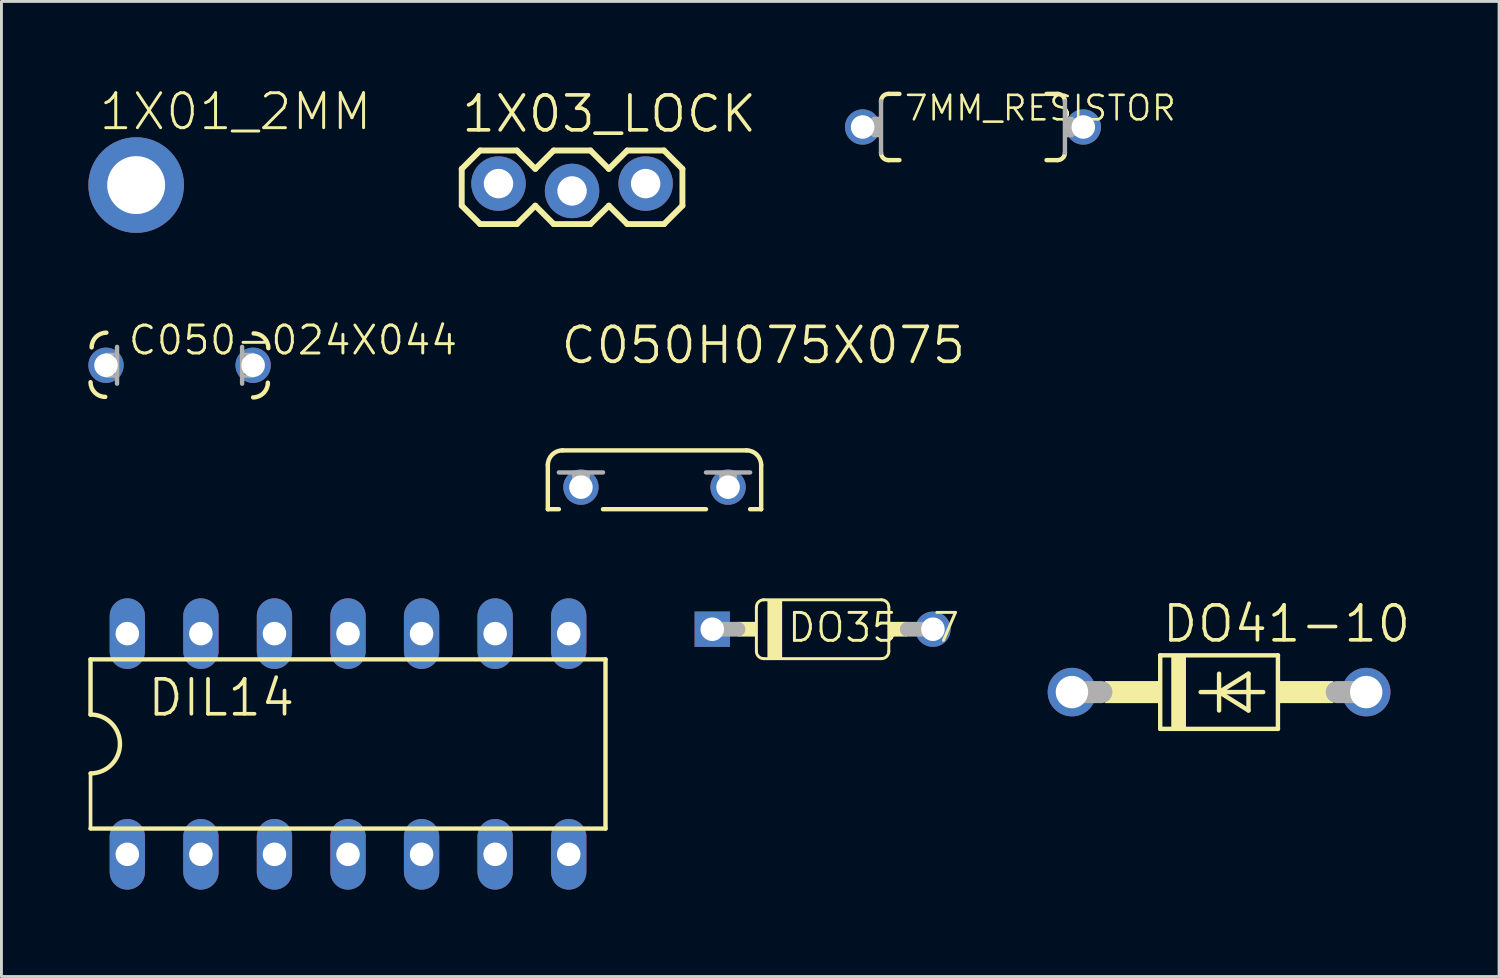
<source format=kicad_pcb>
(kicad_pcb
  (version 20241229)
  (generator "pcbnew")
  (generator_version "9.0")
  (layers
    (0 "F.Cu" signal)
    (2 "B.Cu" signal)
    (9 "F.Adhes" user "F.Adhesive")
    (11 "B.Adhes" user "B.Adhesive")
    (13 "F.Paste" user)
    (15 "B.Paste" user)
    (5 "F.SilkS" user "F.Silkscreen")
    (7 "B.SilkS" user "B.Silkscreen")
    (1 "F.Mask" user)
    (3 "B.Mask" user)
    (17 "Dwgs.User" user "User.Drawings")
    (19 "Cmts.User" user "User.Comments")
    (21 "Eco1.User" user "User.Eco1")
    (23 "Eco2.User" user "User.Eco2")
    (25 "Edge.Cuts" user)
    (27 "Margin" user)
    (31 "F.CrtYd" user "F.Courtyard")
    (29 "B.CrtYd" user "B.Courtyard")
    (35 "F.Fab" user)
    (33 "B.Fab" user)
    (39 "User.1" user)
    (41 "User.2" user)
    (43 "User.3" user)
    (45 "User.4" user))
  (footprint "C050-024X044"
    (layer "F.Cu")
    (at 3.15 9.562)
    (property "Reference" "C050-024X044" (at -1.826 -0.301 0) (layer "F.SilkS") (effects (font (size 0.965 0.965) (thickness 0.102)) (justify left bottom)))
    (attr through_hole)
    (fp_arc (start -3.035656 -0.617875) (mid -2.886866 -0.977085) (end -2.527656 -1.125875) (stroke (width 0.1524) (type solid)) (layer "F.SilkS"))
    (fp_arc (start -2.565943 1.091625) (mid -2.925153 0.942835) (end -3.073943 0.583625) (stroke (width 0.1524) (type solid)) (layer "F.SilkS"))
    (fp_arc (start 2.557393 -1.10019) (mid 2.916603 -0.9514) (end 3.065393 -0.59219) (stroke (width 0.1524) (type solid)) (layer "F.SilkS"))
    (fp_arc (start 3.048293 0.600753) (mid 2.899503 0.959963) (end 2.540293 1.108753) (stroke (width 0.1524) (type solid)) (layer "F.SilkS"))
    (fp_line (start -2.159 0.635) (end -2.159 -0.635) (stroke (width 0.152) (type solid)) (layer "F.Fab"))
    (fp_line (start 2.159 0.635) (end 2.159 -0.635) (stroke (width 0.152) (type solid)) (layer "F.Fab"))
    (fp_poly (pts (xy -2.54 0.381) (xy -2.159 0.381) (xy -2.159 -0.381) (xy -2.54 -0.381)) (stroke (width 0.1) (type solid)) (fill no) (layer "F.Fab"))
    (fp_poly (pts (xy 2.159 0.381) (xy 2.54 0.381) (xy 2.54 -0.381) (xy 2.159 -0.381)) (stroke (width 0.1) (type solid)) (fill no) (layer "F.Fab"))
    (pad "1" thru_hole circle (at -2.54 0) (size 1.219 1.219) (drill 0.813) (layers "*.Cu" "*.Mask"))
    (pad "2" thru_hole circle (at 2.54 0) (size 1.219 1.219) (drill 0.813) (layers "*.Cu" "*.Mask")))
  (footprint "DIL14"
    (layer "F.Cu")
    (at 8.966 22.637)
    (property "Reference" "DIL14" (at -6.985 -0.889 0) (layer "F.SilkS") (effects (font (size 1.206 1.206) (thickness 0.127)) (justify left bottom)))
    (attr through_hole)
    (fp_line (start -8.89 -2.921) (end -8.89 -1.016) (stroke (width 0.152) (type solid)) (layer "F.SilkS"))
    (fp_line (start -8.89 2.921) (end -8.89 1.016) (stroke (width 0.127) (type solid)) (layer "F.SilkS"))
    (fp_line (start -8.89 2.921) (end 8.89 2.921) (stroke (width 0.152) (type solid)) (layer "F.SilkS"))
    (fp_line (start 8.89 -2.921) (end -8.89 -2.921) (stroke (width 0.152) (type solid)) (layer "F.SilkS"))
    (fp_line (start 8.89 -2.921) (end 8.89 2.921) (stroke (width 0.152) (type solid)) (layer "F.SilkS"))
    (fp_arc (start -8.89 -1.016) (mid -7.874 0) (end -8.89 1.016) (stroke (width 0.1524) (type solid)) (layer "F.SilkS"))
    (pad "1" thru_hole oval (at -7.62 3.81 90) (size 2.438 1.219) (drill 0.813) (layers "*.Cu" "*.Mask"))
    (pad "2" thru_hole oval (at -5.08 3.81 90) (size 2.438 1.219) (drill 0.813) (layers "*.Cu" "*.Mask"))
    (pad "3" thru_hole oval (at -2.54 3.81 90) (size 2.438 1.219) (drill 0.813) (layers "*.Cu" "*.Mask"))
    (pad "4" thru_hole oval (at 0 3.81 90) (size 2.438 1.219) (drill 0.813) (layers "*.Cu" "*.Mask"))
    (pad "5" thru_hole oval (at 2.54 3.81 90) (size 2.438 1.219) (drill 0.813) (layers "*.Cu" "*.Mask"))
    (pad "6" thru_hole oval (at 5.08 3.81 90) (size 2.438 1.219) (drill 0.813) (layers "*.Cu" "*.Mask"))
    (pad "7" thru_hole oval (at 7.62 3.81 90) (size 2.438 1.219) (drill 0.813) (layers "*.Cu" "*.Mask"))
    (pad "8" thru_hole oval (at 7.62 -3.81 90) (size 2.438 1.219) (drill 0.813) (layers "*.Cu" "*.Mask"))
    (pad "9" thru_hole oval (at 5.08 -3.81 90) (size 2.438 1.219) (drill 0.813) (layers "*.Cu" "*.Mask"))
    (pad "10" thru_hole oval (at 2.54 -3.81 90) (size 2.438 1.219) (drill 0.813) (layers "*.Cu" "*.Mask"))
    (pad "11" thru_hole oval (at 0 -3.81 90) (size 2.438 1.219) (drill 0.813) (layers "*.Cu" "*.Mask"))
    (pad "12" thru_hole oval (at -2.54 -3.81 90) (size 2.438 1.219) (drill 0.813) (layers "*.Cu" "*.Mask"))
    (pad "13" thru_hole oval (at -5.08 -3.81 90) (size 2.438 1.219) (drill 0.813) (layers "*.Cu" "*.Mask"))
    (pad "14" thru_hole oval (at -7.62 -3.81 90) (size 2.438 1.219) (drill 0.813) (layers "*.Cu" "*.Mask")))
  (footprint "C050H075X075"
    (layer "F.Cu")
    (at 19.548 13.77)
    (property "Reference" "C050H075X075" (at -3.302 -4.191 0) (layer "F.SilkS") (effects (font (size 1.206 1.206) (thickness 0.127)) (justify left bottom)))
    (attr through_hole)
    (fp_line (start -3.683 -0.762) (end -3.683 0.762) (stroke (width 0.152) (type solid)) (layer "F.SilkS"))
    (fp_line (start -3.683 0.762) (end -3.302 0.762) (stroke (width 0.152) (type solid)) (layer "F.SilkS"))
    (fp_line (start -1.778 0.762) (end 1.778 0.762) (stroke (width 0.152) (type solid)) (layer "F.SilkS"))
    (fp_line (start 3.175 -1.27) (end -3.175 -1.27) (stroke (width 0.152) (type solid)) (layer "F.SilkS"))
    (fp_line (start 3.302 0.762) (end 3.683 0.762) (stroke (width 0.152) (type solid)) (layer "F.SilkS"))
    (fp_line (start 3.683 0.762) (end 3.683 -0.762) (stroke (width 0.152) (type solid)) (layer "F.SilkS"))
    (fp_arc (start -3.683 -0.762) (mid -3.53421 -1.12121) (end -3.175 -1.27) (stroke (width 0.1524) (type solid)) (layer "F.SilkS"))
    (fp_arc (start 3.175 -1.27) (mid 3.53421 -1.12121) (end 3.683 -0.762) (stroke (width 0.1524) (type solid)) (layer "F.SilkS"))
    (fp_line (start -3.302 -0.508) (end -1.778 -0.508) (stroke (width 0.152) (type solid)) (layer "F.Fab"))
    (fp_line (start -2.54 0) (end -2.54 -0.254) (stroke (width 0.508) (type solid)) (layer "F.Fab"))
    (fp_line (start 1.778 -0.508) (end 3.302 -0.508) (stroke (width 0.152) (type solid)) (layer "F.Fab"))
    (fp_line (start 2.54 0) (end 2.54 -0.254) (stroke (width 0.508) (type solid)) (layer "F.Fab"))
    (fp_poly (pts (xy -2.794 -0.127) (xy -2.286 -0.127) (xy -2.286 -0.508) (xy -2.794 -0.508)) (stroke (width 0.1) (type solid)) (fill no) (layer "F.Fab"))
    (fp_poly (pts (xy 2.286 -0.127) (xy 2.794 -0.127) (xy 2.794 -0.508) (xy 2.286 -0.508)) (stroke (width 0.1) (type solid)) (fill no) (layer "F.Fab"))
    (pad "1" thru_hole circle (at -2.54 0) (size 1.219 1.219) (drill 0.813) (layers "*.Cu" "*.Mask"))
    (pad "2" thru_hole circle (at 2.54 0) (size 1.219 1.219) (drill 0.813) (layers "*.Cu" "*.Mask")))
  (footprint "1X01_2MM"
    (layer "F.Cu")
    (at 1.651 3.34)
    (property "Reference" "1X01_2MM" (at -1.346 -1.829 0) (layer "F.SilkS") (effects (font (size 1.206 1.206) (thickness 0.102)) (justify left bottom)))
    (attr through_hole)
    (pad "1" thru_hole circle (at 0 0 90) (size 3.302 3.302) (drill 2) (layers "*.Cu" "*.Mask")))
  (footprint "1X03_LOCK"
    (layer "F.Cu")
    (at 14.162 3.416)
    (property "Reference" "1X03_LOCK" (at -1.346 -1.829 0) (layer "F.SilkS") (effects (font (size 1.206 1.206) (thickness 0.127)) (justify left bottom)))
    (attr through_hole)
    (fp_line (start -1.27 -0.635) (end -1.27 0.635) (stroke (width 0.203) (type solid)) (layer "F.SilkS"))
    (fp_line (start -1.27 0.635) (end -0.635 1.27) (stroke (width 0.203) (type solid)) (layer "F.SilkS"))
    (fp_line (start -0.635 -1.27) (end -1.27 -0.635) (stroke (width 0.203) (type solid)) (layer "F.SilkS"))
    (fp_line (start -0.635 -1.27) (end 0.635 -1.27) (stroke (width 0.203) (type solid)) (layer "F.SilkS"))
    (fp_line (start 0.635 -1.27) (end 1.27 -0.635) (stroke (width 0.203) (type solid)) (layer "F.SilkS"))
    (fp_line (start 0.635 1.27) (end -0.635 1.27) (stroke (width 0.203) (type solid)) (layer "F.SilkS"))
    (fp_line (start 1.27 -0.635) (end 1.905 -1.27) (stroke (width 0.203) (type solid)) (layer "F.SilkS"))
    (fp_line (start 1.27 0.635) (end 0.635 1.27) (stroke (width 0.203) (type solid)) (layer "F.SilkS"))
    (fp_line (start 1.905 -1.27) (end 3.175 -1.27) (stroke (width 0.203) (type solid)) (layer "F.SilkS"))
    (fp_line (start 1.905 1.27) (end 1.27 0.635) (stroke (width 0.203) (type solid)) (layer "F.SilkS"))
    (fp_line (start 3.175 -1.27) (end 3.81 -0.635) (stroke (width 0.203) (type solid)) (layer "F.SilkS"))
    (fp_line (start 3.175 1.27) (end 1.905 1.27) (stroke (width 0.203) (type solid)) (layer "F.SilkS"))
    (fp_line (start 3.81 -0.635) (end 4.445 -1.27) (stroke (width 0.203) (type solid)) (layer "F.SilkS"))
    (fp_line (start 3.81 0.635) (end 3.175 1.27) (stroke (width 0.203) (type solid)) (layer "F.SilkS"))
    (fp_line (start 4.445 -1.27) (end 5.715 -1.27) (stroke (width 0.203) (type solid)) (layer "F.SilkS"))
    (fp_line (start 4.445 1.27) (end 3.81 0.635) (stroke (width 0.203) (type solid)) (layer "F.SilkS"))
    (fp_line (start 5.715 -1.27) (end 6.35 -0.635) (stroke (width 0.203) (type solid)) (layer "F.SilkS"))
    (fp_line (start 5.715 1.27) (end 4.445 1.27) (stroke (width 0.203) (type solid)) (layer "F.SilkS"))
    (fp_line (start 6.35 -0.635) (end 6.35 0.635) (stroke (width 0.203) (type solid)) (layer "F.SilkS"))
    (fp_line (start 6.35 0.635) (end 5.715 1.27) (stroke (width 0.203) (type solid)) (layer "F.SilkS"))
    (fp_poly (pts (xy -0.254 0.254) (xy 0.254 0.254) (xy 0.254 -0.254) (xy -0.254 -0.254)) (stroke (width 0.1) (type solid)) (fill no) (layer "F.Fab"))
    (fp_poly (pts (xy 2.286 0.254) (xy 2.794 0.254) (xy 2.794 -0.254) (xy 2.286 -0.254)) (stroke (width 0.1) (type solid)) (fill no) (layer "F.Fab"))
    (fp_poly (pts (xy 4.826 0.254) (xy 5.334 0.254) (xy 5.334 -0.254) (xy 4.826 -0.254)) (stroke (width 0.1) (type solid)) (fill no) (layer "F.Fab"))
    (pad "1" thru_hole circle (at 0 -0.127 90) (size 1.88 1.88) (drill 1.016) (layers "*.Cu" "*.Mask"))
    (pad "2" thru_hole circle (at 2.54 0.127 90) (size 1.88 1.88) (drill 1.016) (layers "*.Cu" "*.Mask"))
    (pad "3" thru_hole circle (at 5.08 -0.127 90) (size 1.88 1.88) (drill 1.016) (layers "*.Cu" "*.Mask")))
  (footprint "DO41-10"
    (layer "F.Cu")
    (at 39.041 20.846)
    (property "Reference" "DO41-10" (at -2.032 -1.651 0) (layer "F.SilkS") (effects (font (size 1.206 1.206) (thickness 0.127)) (justify left bottom)))
    (attr through_hole)
    (fp_line (start -2.032 -1.27) (end -2.032 1.27) (stroke (width 0.152) (type solid)) (layer "F.SilkS"))
    (fp_line (start -2.032 -1.27) (end 2.032 -1.27) (stroke (width 0.152) (type solid)) (layer "F.SilkS"))
    (fp_line (start -0.635 0) (end 0 0) (stroke (width 0.152) (type solid)) (layer "F.SilkS"))
    (fp_line (start 0 -0.635) (end 0 0) (stroke (width 0.152) (type solid)) (layer "F.SilkS"))
    (fp_line (start 0 0) (end 0 0.635) (stroke (width 0.152) (type solid)) (layer "F.SilkS"))
    (fp_line (start 0 0) (end 1.016 -0.635) (stroke (width 0.152) (type solid)) (layer "F.SilkS"))
    (fp_line (start 0 0) (end 1.524 0) (stroke (width 0.152) (type solid)) (layer "F.SilkS"))
    (fp_line (start 1.016 -0.635) (end 1.016 0.635) (stroke (width 0.152) (type solid)) (layer "F.SilkS"))
    (fp_line (start 1.016 0.635) (end 0 0) (stroke (width 0.152) (type solid)) (layer "F.SilkS"))
    (fp_line (start 2.032 1.27) (end -2.032 1.27) (stroke (width 0.152) (type solid)) (layer "F.SilkS"))
    (fp_line (start 2.032 1.27) (end 2.032 -1.27) (stroke (width 0.152) (type solid)) (layer "F.SilkS"))
    (fp_poly (pts (xy -3.937 0.381) (xy -2.032 0.381) (xy -2.032 -0.381) (xy -3.937 -0.381)) (stroke (width 0) (type solid)) (fill yes) (layer "F.SilkS"))
    (fp_poly (pts (xy -1.651 1.27) (xy -1.143 1.27) (xy -1.143 -1.27) (xy -1.651 -1.27)) (stroke (width 0) (type solid)) (fill yes) (layer "F.SilkS"))
    (fp_poly (pts (xy 2.032 0.381) (xy 3.937 0.381) (xy 3.937 -0.381) (xy 2.032 -0.381)) (stroke (width 0) (type solid)) (fill yes) (layer "F.SilkS"))
    (fp_line (start -5.08 0) (end -4.064 0) (stroke (width 0.762) (type solid)) (layer "F.Fab"))
    (fp_line (start 5.08 0) (end 4.064 0) (stroke (width 0.762) (type solid)) (layer "F.Fab"))
    (pad "A" thru_hole circle (at 5.08 0) (size 1.676 1.676) (drill 1.118) (layers "*.Cu" "*.Mask"))
    (pad "C" thru_hole circle (at -5.08 0) (size 1.676 1.676) (drill 1.118) (layers "*.Cu" "*.Mask")))
  (footprint "7MM_RESISTOR"
    (layer "F.Cu")
    (at 30.544 1.335)
    (property "Reference" "7MM_RESISTOR" (at -2.421 -1.146 0) (layer "F.SilkS") (effects (font (size 0.845 0.845) (thickness 0.089)) (justify left top)))
    (attr through_hole)
    (fp_line (start -2.921 -1.143) (end -2.54 -1.143) (stroke (width 0.152) (type solid)) (layer "F.SilkS"))
    (fp_line (start -2.921 1.143) (end -2.54 1.143) (stroke (width 0.152) (type solid)) (layer "F.SilkS"))
    (fp_line (start 2.921 -1.143) (end 2.54 -1.143) (stroke (width 0.152) (type solid)) (layer "F.SilkS"))
    (fp_line (start 2.921 1.143) (end 2.54 1.143) (stroke (width 0.152) (type solid)) (layer "F.SilkS"))
    (fp_arc (start -3.175 -0.889) (mid -3.100605 -1.068605) (end -2.921 -1.143) (stroke (width 0.1524) (type solid)) (layer "F.SilkS"))
    (fp_arc (start -2.921 1.143) (mid -3.100605 1.068605) (end -3.175 0.889) (stroke (width 0.1524) (type solid)) (layer "F.SilkS"))
    (fp_arc (start 2.921 -1.143) (mid 3.100605 -1.068605) (end 3.175 -0.889) (stroke (width 0.1524) (type solid)) (layer "F.SilkS"))
    (fp_arc (start 3.175 0.889) (mid 3.100605 1.068605) (end 2.921 1.143) (stroke (width 0.1524) (type solid)) (layer "F.SilkS"))
    (fp_line (start -3.81 0) (end -3.429 0) (stroke (width 0.61) (type solid)) (layer "F.Fab"))
    (fp_line (start -3.175 0.889) (end -3.175 -0.889) (stroke (width 0.152) (type solid)) (layer "F.Fab"))
    (fp_line (start 3.175 0.889) (end 3.175 -0.889) (stroke (width 0.152) (type solid)) (layer "F.Fab"))
    (fp_line (start 3.429 0) (end 3.81 0) (stroke (width 0.61) (type solid)) (layer "F.Fab"))
    (fp_poly (pts (xy -3.429 0.305) (xy -3.175 0.305) (xy -3.175 -0.305) (xy -3.429 -0.305)) (stroke (width 0.1) (type solid)) (fill no) (layer "F.Fab"))
    (fp_poly (pts (xy 3.175 0.305) (xy 3.429 0.305) (xy 3.429 -0.305) (xy 3.175 -0.305)) (stroke (width 0.1) (type solid)) (fill no) (layer "F.Fab"))
    (pad "1" thru_hole circle (at -3.81 0) (size 1.219 1.219) (drill 0.813) (layers "*.Cu" "*.Mask"))
    (pad "2" thru_hole circle (at 3.81 0) (size 1.219 1.219) (drill 0.813) (layers "*.Cu" "*.Mask")))
  (footprint "DO35-7"
    (layer "F.Cu")
    (at 25.352 18.675)
    (property "Reference" "DO35-7" (at -1.27 0.508 0) (layer "F.SilkS") (effects (font (size 0.965 0.965) (thickness 0.102)) (justify left bottom)))
    (attr through_hole)
    (fp_line (start -2.286 -0.762) (end -2.286 0.762) (stroke (width 0.102) (type solid)) (layer "F.SilkS"))
    (fp_line (start -2.032 -1.016) (end 2.032 -1.016) (stroke (width 0.102) (type solid)) (layer "F.SilkS"))
    (fp_line (start -2.032 1.016) (end 2.032 1.016) (stroke (width 0.102) (type solid)) (layer "F.SilkS"))
    (fp_line (start 2.286 -0.762) (end 2.286 0.762) (stroke (width 0.102) (type solid)) (layer "F.SilkS"))
    (fp_arc (start -2.286 -0.762) (mid -2.211605 -0.941605) (end -2.032 -1.016) (stroke (width 0.1016) (type solid)) (layer "F.SilkS"))
    (fp_arc (start -2.032 1.016) (mid -2.211605 0.941605) (end -2.286 0.762) (stroke (width 0.1016) (type solid)) (layer "F.SilkS"))
    (fp_arc (start 2.032 -1.016) (mid 2.211605 -0.941605) (end 2.286 -0.762) (stroke (width 0.1016) (type solid)) (layer "F.SilkS"))
    (fp_arc (start 2.286 0.762) (mid 2.211605 0.941605) (end 2.032 1.016) (stroke (width 0.1016) (type solid)) (layer "F.SilkS"))
    (fp_poly (pts (xy -2.921 0.254) (xy -2.286 0.254) (xy -2.286 -0.254) (xy -2.921 -0.254)) (stroke (width 0) (type solid)) (fill yes) (layer "F.SilkS"))
    (fp_poly (pts (xy -1.905 1.016) (xy -1.397 1.016) (xy -1.397 -1.016) (xy -1.905 -1.016)) (stroke (width 0) (type solid)) (fill yes) (layer "F.SilkS"))
    (fp_poly (pts (xy 2.286 0.254) (xy 2.921 0.254) (xy 2.921 -0.254) (xy 2.286 -0.254)) (stroke (width 0) (type solid)) (fill yes) (layer "F.SilkS"))
    (fp_line (start -3.81 0) (end -2.921 0) (stroke (width 0.508) (type solid)) (layer "F.Fab"))
    (fp_line (start 3.81 0) (end 2.921 0) (stroke (width 0.508) (type solid)) (layer "F.Fab"))
    (pad "A" thru_hole circle (at 3.81 0) (size 1.219 1.219) (drill 0.813) (layers "*.Cu" "*.Mask"))
    (pad "C" thru_hole rect (at -3.81 0) (size 1.219 1.219) (drill 0.813) (layers "*.Cu" "*.Mask")))
  (gr_rect
    (start -3 -3)
    (end 48.709 30.666)
    (stroke (width 0.1) (type default))
    (fill no)
    (layer "Edge.Cuts")))
</source>
